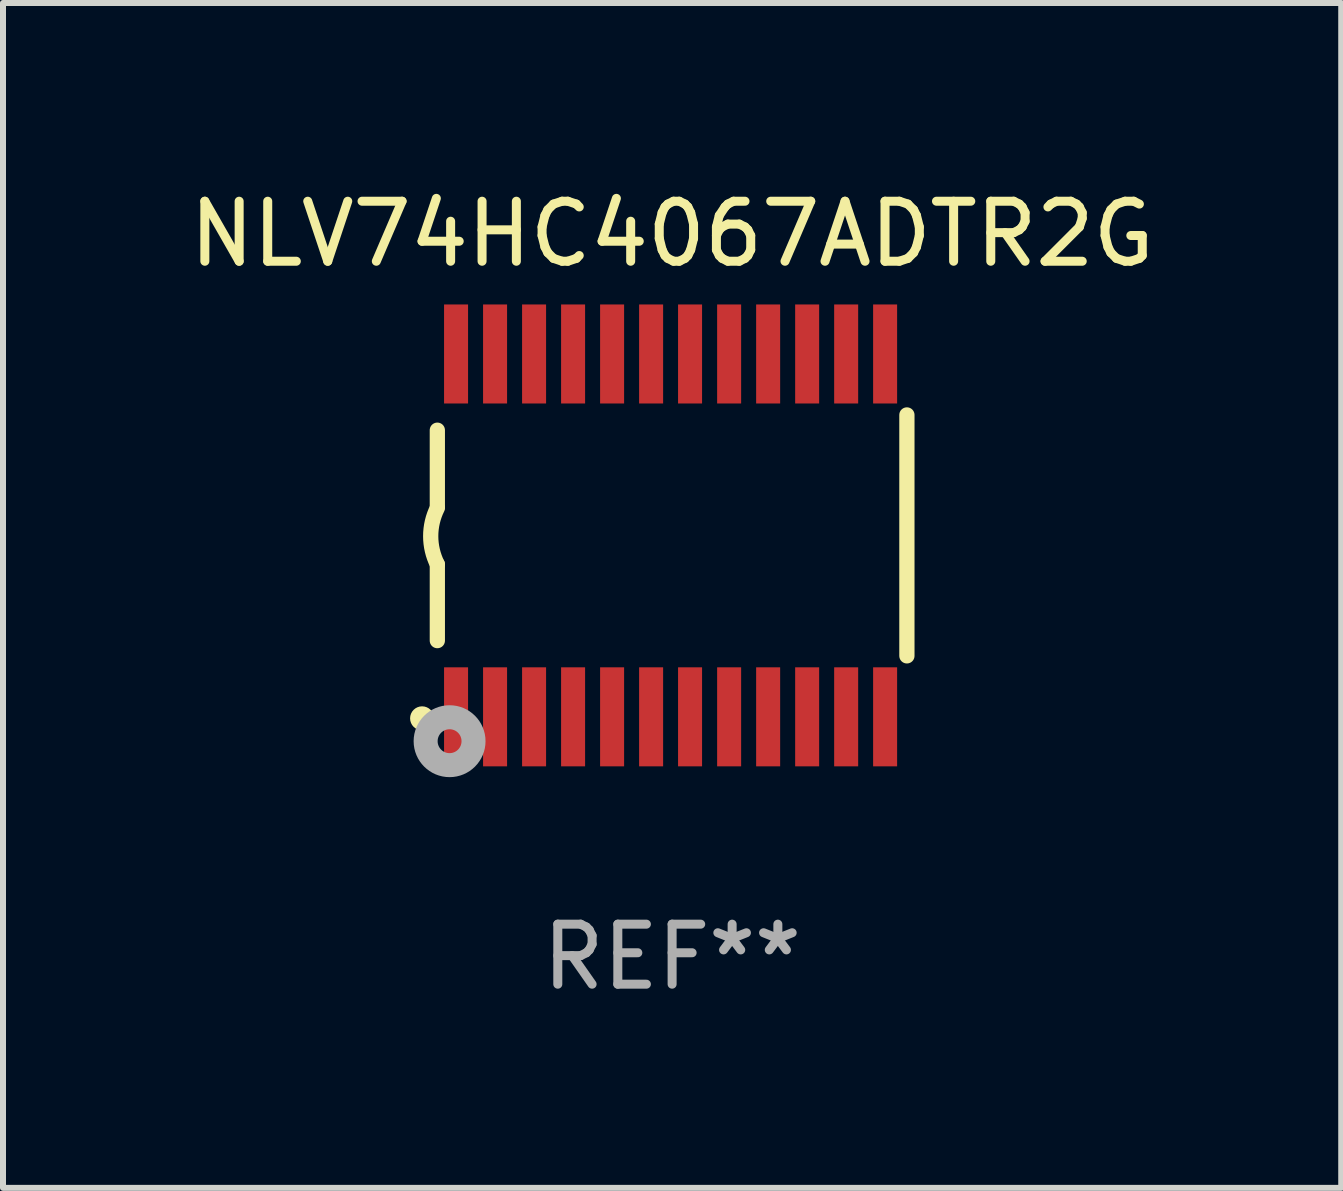
<source format=kicad_pcb>
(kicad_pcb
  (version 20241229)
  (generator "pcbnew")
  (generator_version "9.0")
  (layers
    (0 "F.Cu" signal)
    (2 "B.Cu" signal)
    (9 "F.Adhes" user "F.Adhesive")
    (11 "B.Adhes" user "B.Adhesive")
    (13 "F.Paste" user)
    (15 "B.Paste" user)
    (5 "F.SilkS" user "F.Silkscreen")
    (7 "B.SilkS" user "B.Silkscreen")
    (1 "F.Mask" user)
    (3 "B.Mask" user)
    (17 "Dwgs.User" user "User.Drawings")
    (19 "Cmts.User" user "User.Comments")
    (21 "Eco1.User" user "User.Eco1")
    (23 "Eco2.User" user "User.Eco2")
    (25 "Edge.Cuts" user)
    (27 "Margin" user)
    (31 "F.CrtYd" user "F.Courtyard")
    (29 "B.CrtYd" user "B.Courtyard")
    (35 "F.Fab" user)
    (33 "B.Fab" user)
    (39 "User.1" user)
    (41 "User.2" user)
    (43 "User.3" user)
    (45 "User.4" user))
  (footprint "NLV74HC4067ADTR2G"
    (layer "F.Cu")
    (at 8.149 5.871)
    (property "Reference" "NLV74HC4067ADTR2G" (at 0 -5.023 0) (layer "F.SilkS") (effects (font (size 1 1) (thickness 0.15))))
    (attr through_hole)
    (fp_line (start -3.912 -0.483) (end -3.912 -1.753) (stroke (width 0.254) (type solid)) (layer "F.SilkS"))
    (fp_line (start -3.912 1.753) (end -3.912 0.483) (stroke (width 0.254) (type solid)) (layer "F.SilkS"))
    (fp_line (start 3.912 -2.007) (end 3.912 2.007) (stroke (width 0.254) (type solid)) (layer "F.SilkS"))
    (fp_arc (start -3.911608 0.482601) (mid -4.022537 0.0127) (end -3.911608 -0.457201) (stroke (width 0.254001) (type solid)) (layer "F.SilkS"))
    (fp_circle (center -4.166 3.048) (end -4.066 3.048) (stroke (width 0.2) (type solid)) (fill no) (layer "F.SilkS"))
    (fp_circle (center -3.925 3.186) (end -3.895 3.186) (stroke (width 0.06) (type solid)) (fill no) (layer "F.SilkS"))
    (fp_circle (center -3.708 3.429) (end -3.509 3.429) (stroke (width 0.4) (type solid)) (fill no) (layer "F.Fab"))
    (fp_text user "REF**" (at 0 7.023 0) (layer "F.Fab") (effects (font (size 1 1) (thickness 0.15))))
    (pad "1" smd rect (at -3.6 3.023) (size 0.4 1.65) (layers "F.Cu" "F.Mask" "F.Paste"))
    (pad "2" smd rect (at -2.95 3.023) (size 0.4 1.65) (layers "F.Cu" "F.Mask" "F.Paste"))
    (pad "3" smd rect (at -2.3 3.023) (size 0.4 1.65) (layers "F.Cu" "F.Mask" "F.Paste"))
    (pad "4" smd rect (at -1.65 3.023) (size 0.4 1.65) (layers "F.Cu" "F.Mask" "F.Paste"))
    (pad "5" smd rect (at -1 3.023) (size 0.4 1.65) (layers "F.Cu" "F.Mask" "F.Paste"))
    (pad "6" smd rect (at -0.35 3.023) (size 0.4 1.65) (layers "F.Cu" "F.Mask" "F.Paste"))
    (pad "7" smd rect (at 0.299 3.023) (size 0.4 1.65) (layers "F.Cu" "F.Mask" "F.Paste"))
    (pad "8" smd rect (at 0.95 3.023) (size 0.4 1.65) (layers "F.Cu" "F.Mask" "F.Paste"))
    (pad "9" smd rect (at 1.6 3.023) (size 0.4 1.65) (layers "F.Cu" "F.Mask" "F.Paste"))
    (pad "10" smd rect (at 2.25 3.023) (size 0.4 1.65) (layers "F.Cu" "F.Mask" "F.Paste"))
    (pad "11" smd rect (at 2.9 3.023) (size 0.4 1.65) (layers "F.Cu" "F.Mask" "F.Paste"))
    (pad "12" smd rect (at 3.549 3.023) (size 0.4 1.65) (layers "F.Cu" "F.Mask" "F.Paste"))
    (pad "13" smd rect (at 3.549 -3.023) (size 0.4 1.65) (layers "F.Cu" "F.Mask" "F.Paste"))
    (pad "14" smd rect (at 2.9 -3.023) (size 0.4 1.65) (layers "F.Cu" "F.Mask" "F.Paste"))
    (pad "15" smd rect (at 2.25 -3.023) (size 0.4 1.65) (layers "F.Cu" "F.Mask" "F.Paste"))
    (pad "16" smd rect (at 1.6 -3.023) (size 0.4 1.65) (layers "F.Cu" "F.Mask" "F.Paste"))
    (pad "17" smd rect (at 0.95 -3.023) (size 0.4 1.65) (layers "F.Cu" "F.Mask" "F.Paste"))
    (pad "18" smd rect (at 0.299 -3.023) (size 0.4 1.65) (layers "F.Cu" "F.Mask" "F.Paste"))
    (pad "19" smd rect (at -0.35 -3.023) (size 0.4 1.65) (layers "F.Cu" "F.Mask" "F.Paste"))
    (pad "20" smd rect (at -1 -3.023) (size 0.4 1.65) (layers "F.Cu" "F.Mask" "F.Paste"))
    (pad "21" smd rect (at -1.65 -3.023) (size 0.4 1.65) (layers "F.Cu" "F.Mask" "F.Paste"))
    (pad "22" smd rect (at -2.3 -3.023) (size 0.4 1.65) (layers "F.Cu" "F.Mask" "F.Paste"))
    (pad "23" smd rect (at -2.95 -3.023) (size 0.4 1.65) (layers "F.Cu" "F.Mask" "F.Paste"))
    (pad "24" smd rect (at -3.6 -3.023) (size 0.4 1.65) (layers "F.Cu" "F.Mask" "F.Paste")))
  (gr_rect
    (start -3 -3)
    (end 19.298 16.742)
    (stroke (width 0.1) (type default))
    (fill no)
    (layer "Edge.Cuts")))
</source>
